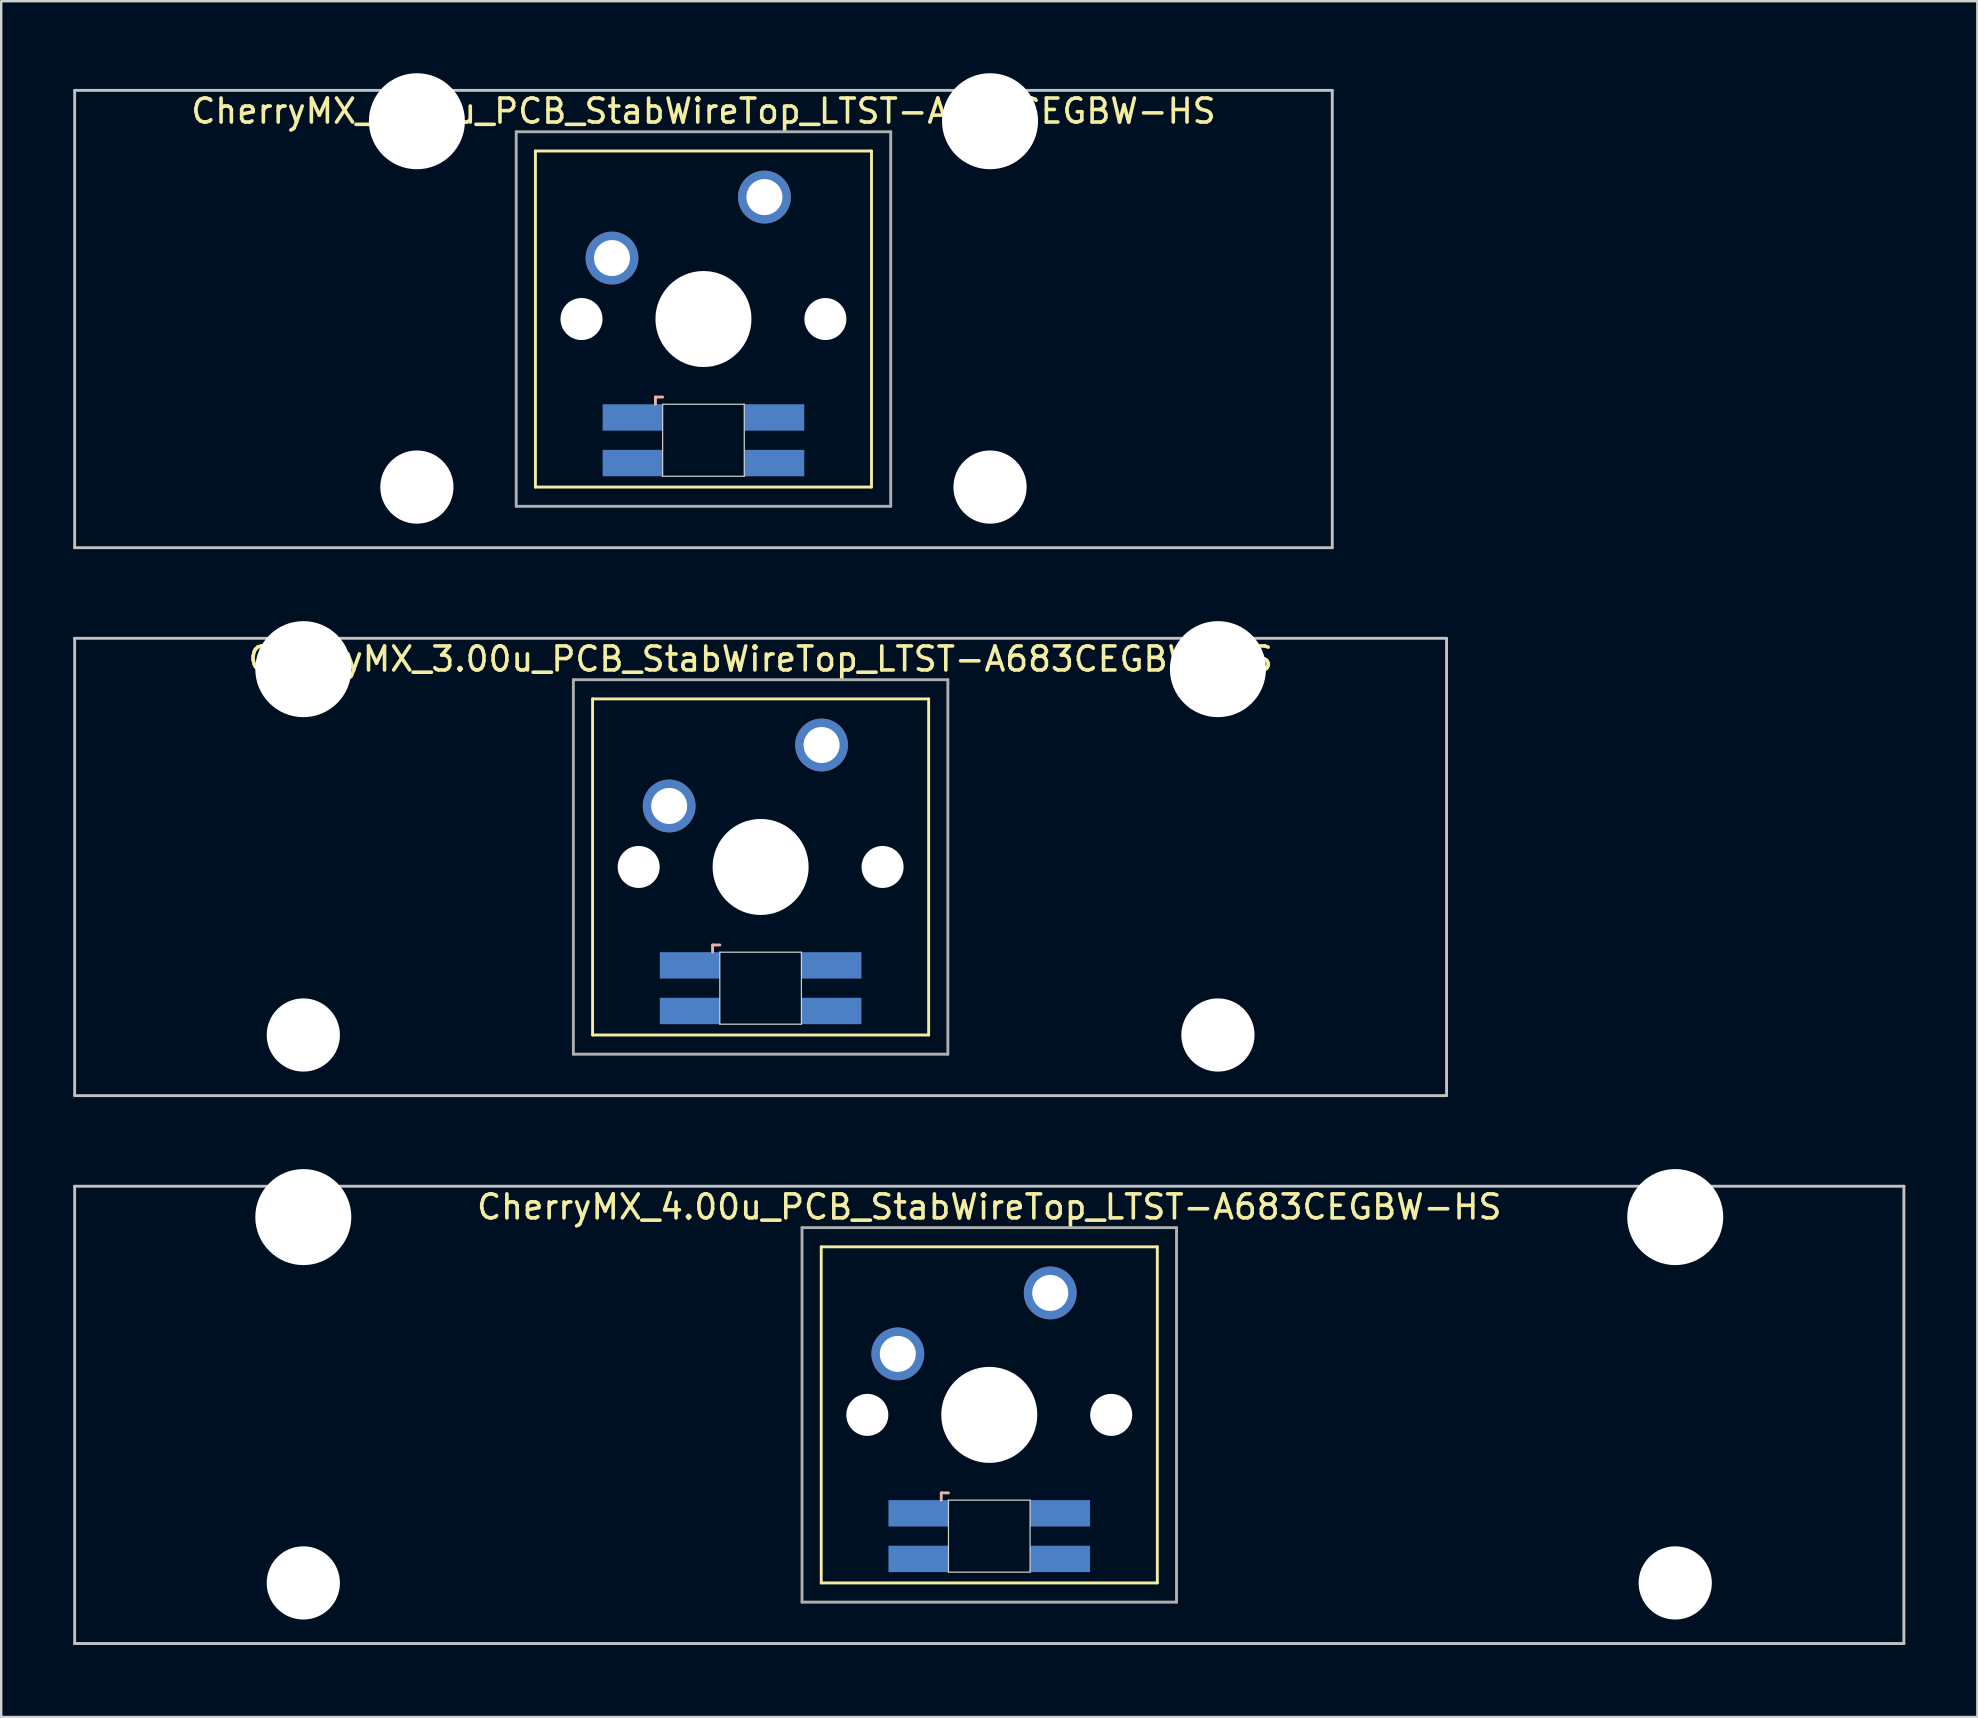
<source format=kicad_pcb>
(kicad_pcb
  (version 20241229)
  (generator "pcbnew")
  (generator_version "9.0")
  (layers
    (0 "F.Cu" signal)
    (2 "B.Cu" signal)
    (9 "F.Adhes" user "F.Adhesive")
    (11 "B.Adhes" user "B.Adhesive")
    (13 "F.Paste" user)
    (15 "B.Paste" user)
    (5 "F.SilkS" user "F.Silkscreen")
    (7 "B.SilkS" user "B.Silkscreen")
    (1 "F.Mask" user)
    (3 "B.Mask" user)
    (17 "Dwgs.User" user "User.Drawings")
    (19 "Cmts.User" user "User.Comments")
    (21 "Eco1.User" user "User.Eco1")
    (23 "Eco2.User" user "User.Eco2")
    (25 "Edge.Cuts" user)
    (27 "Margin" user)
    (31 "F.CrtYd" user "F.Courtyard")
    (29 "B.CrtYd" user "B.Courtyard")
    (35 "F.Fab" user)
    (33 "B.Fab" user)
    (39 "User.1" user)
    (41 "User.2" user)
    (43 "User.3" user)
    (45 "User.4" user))
  (footprint "CherryMX_4.00u_PCB_StabWireTop_LTST-A683CEGBW-HS"
    (layer "F.Cu")
    (at 38.16 55.89)
    (property "Reference" "CherryMX_4.00u_PCB_StabWireTop_LTST-A683CEGBW-HS" (at 0 -8.662 0) (layer "F.SilkS") (effects (font (size 1 1) (thickness 0.15))))
    (attr through_hole)
    (fp_line (start -7 -7) (end -7 7) (stroke (width 0.12) (type solid)) (layer "F.SilkS"))
    (fp_line (start -7 -7) (end 7 -7) (stroke (width 0.12) (type solid)) (layer "F.SilkS"))
    (fp_line (start 7 -7) (end 7 7) (stroke (width 0.12) (type solid)) (layer "F.SilkS"))
    (fp_line (start 7 7) (end -7 7) (stroke (width 0.12) (type solid)) (layer "F.SilkS"))
    (fp_line (start -2 3.25) (end -2 3.55) (stroke (width 0.12) (type solid)) (layer "B.SilkS"))
    (fp_line (start -1.7 3.25) (end -2 3.25) (stroke (width 0.12) (type solid)) (layer "B.SilkS"))
    (fp_line (start -38.1 -9.525) (end 38.1 -9.525) (stroke (width 0.12) (type solid)) (layer "Dwgs.User"))
    (fp_line (start -38.1 9.525) (end -38.1 -9.525) (stroke (width 0.12) (type solid)) (layer "Dwgs.User"))
    (fp_line (start 38.1 -9.525) (end 38.1 9.525) (stroke (width 0.12) (type solid)) (layer "Dwgs.User"))
    (fp_line (start 38.1 9.525) (end -38.1 9.525) (stroke (width 0.12) (type solid)) (layer "Dwgs.User"))
    (fp_line (start -1.7 3.55) (end 1.7 3.55) (stroke (width 0.05) (type solid)) (layer "Edge.Cuts"))
    (fp_line (start -1.7 6.55) (end -1.7 3.55) (stroke (width 0.05) (type solid)) (layer "Edge.Cuts"))
    (fp_line (start 1.7 3.55) (end 1.7 6.55) (stroke (width 0.05) (type solid)) (layer "Edge.Cuts"))
    (fp_line (start 1.7 6.55) (end -1.7 6.55) (stroke (width 0.05) (type solid)) (layer "Edge.Cuts"))
    (fp_line (start -7.8 -7.8) (end -7.8 7.8) (stroke (width 0.12) (type solid)) (layer "F.Fab"))
    (fp_line (start -7.8 -7.8) (end 7.8 -7.8) (stroke (width 0.12) (type solid)) (layer "F.Fab"))
    (fp_line (start -7.8 7.8) (end 7.8 7.8) (stroke (width 0.12) (type solid)) (layer "F.Fab"))
    (fp_line (start 7.8 -7.8) (end 7.8 7.8) (stroke (width 0.12) (type solid)) (layer "F.Fab"))
    (pad "" np_thru_hole circle (at -28.575 -8.24) (size 4 4) (drill 4) (layers "*.Cu" "*.Mask"))
    (pad "" np_thru_hole circle (at -28.575 7) (size 3.05 3.05) (drill 3.05) (layers "*.Cu" "*.Mask"))
    (pad "" np_thru_hole circle (at -5.08 0) (size 1.75 1.75) (drill 1.75) (layers "*.Cu" "*.Mask"))
    (pad "" np_thru_hole circle (at 0 0) (size 4 4) (drill 4) (layers "*.Cu" "*.Mask"))
    (pad "" np_thru_hole circle (at 5.08 0) (size 1.75 1.75) (drill 1.75) (layers "*.Cu" "*.Mask"))
    (pad "" np_thru_hole circle (at 28.575 -8.24) (size 4 4) (drill 4) (layers "*.Cu" "*.Mask"))
    (pad "" np_thru_hole circle (at 28.575 7) (size 3.05 3.05) (drill 3.05) (layers "*.Cu" "*.Mask"))
    (pad "1" thru_hole circle (at -3.81 -2.54) (size 2.2 2.2) (drill 1.5) (layers "*.Cu" "*.Mask"))
    (pad "2" thru_hole circle (at 2.54 -5.08) (size 2.2 2.2) (drill 1.5) (layers "*.Cu" "*.Mask"))
    (pad "3" smd rect (at -2.95 4.1) (size 2.5 1.1) (layers "B.Cu" "B.Mask" "B.Paste"))
    (pad "4" smd rect (at -2.95 6) (size 2.5 1.1) (layers "B.Cu" "B.Mask" "B.Paste"))
    (pad "5" smd rect (at 2.95 4.1) (size 2.5 1.1) (layers "B.Cu" "B.Mask" "B.Paste"))
    (pad "6" smd rect (at 2.95 6) (size 2.5 1.1) (layers "B.Cu" "B.Mask" "B.Paste")))
  (footprint "CherryMX_3.00u_PCB_StabWireTop_LTST-A683CEGBW-HS"
    (layer "F.Cu")
    (at 28.635 33.065)
    (property "Reference" "CherryMX_3.00u_PCB_StabWireTop_LTST-A683CEGBW-HS" (at 0 -8.662 0) (layer "F.SilkS") (effects (font (size 1 1) (thickness 0.15))))
    (attr through_hole)
    (fp_line (start -7 -7) (end -7 7) (stroke (width 0.12) (type solid)) (layer "F.SilkS"))
    (fp_line (start -7 -7) (end 7 -7) (stroke (width 0.12) (type solid)) (layer "F.SilkS"))
    (fp_line (start 7 -7) (end 7 7) (stroke (width 0.12) (type solid)) (layer "F.SilkS"))
    (fp_line (start 7 7) (end -7 7) (stroke (width 0.12) (type solid)) (layer "F.SilkS"))
    (fp_line (start -2 3.25) (end -2 3.55) (stroke (width 0.12) (type solid)) (layer "B.SilkS"))
    (fp_line (start -1.7 3.25) (end -2 3.25) (stroke (width 0.12) (type solid)) (layer "B.SilkS"))
    (fp_line (start -28.575 -9.525) (end 28.575 -9.525) (stroke (width 0.12) (type solid)) (layer "Dwgs.User"))
    (fp_line (start -28.575 9.525) (end -28.575 -9.525) (stroke (width 0.12) (type solid)) (layer "Dwgs.User"))
    (fp_line (start 28.575 -9.525) (end 28.575 9.525) (stroke (width 0.12) (type solid)) (layer "Dwgs.User"))
    (fp_line (start 28.575 9.525) (end -28.575 9.525) (stroke (width 0.12) (type solid)) (layer "Dwgs.User"))
    (fp_line (start -1.7 3.55) (end 1.7 3.55) (stroke (width 0.05) (type solid)) (layer "Edge.Cuts"))
    (fp_line (start -1.7 6.55) (end -1.7 3.55) (stroke (width 0.05) (type solid)) (layer "Edge.Cuts"))
    (fp_line (start 1.7 3.55) (end 1.7 6.55) (stroke (width 0.05) (type solid)) (layer "Edge.Cuts"))
    (fp_line (start 1.7 6.55) (end -1.7 6.55) (stroke (width 0.05) (type solid)) (layer "Edge.Cuts"))
    (fp_line (start -7.8 -7.8) (end -7.8 7.8) (stroke (width 0.12) (type solid)) (layer "F.Fab"))
    (fp_line (start -7.8 -7.8) (end 7.8 -7.8) (stroke (width 0.12) (type solid)) (layer "F.Fab"))
    (fp_line (start -7.8 7.8) (end 7.8 7.8) (stroke (width 0.12) (type solid)) (layer "F.Fab"))
    (fp_line (start 7.8 -7.8) (end 7.8 7.8) (stroke (width 0.12) (type solid)) (layer "F.Fab"))
    (pad "" np_thru_hole circle (at -19.05 -8.24) (size 4 4) (drill 4) (layers "*.Cu" "*.Mask"))
    (pad "" np_thru_hole circle (at -19.05 7) (size 3.05 3.05) (drill 3.05) (layers "*.Cu" "*.Mask"))
    (pad "" np_thru_hole circle (at -5.08 0) (size 1.75 1.75) (drill 1.75) (layers "*.Cu" "*.Mask"))
    (pad "" np_thru_hole circle (at 0 0) (size 4 4) (drill 4) (layers "*.Cu" "*.Mask"))
    (pad "" np_thru_hole circle (at 5.08 0) (size 1.75 1.75) (drill 1.75) (layers "*.Cu" "*.Mask"))
    (pad "" np_thru_hole circle (at 19.05 -8.24) (size 4 4) (drill 4) (layers "*.Cu" "*.Mask"))
    (pad "" np_thru_hole circle (at 19.05 7) (size 3.05 3.05) (drill 3.05) (layers "*.Cu" "*.Mask"))
    (pad "1" thru_hole circle (at -3.81 -2.54) (size 2.2 2.2) (drill 1.5) (layers "*.Cu" "*.Mask"))
    (pad "2" thru_hole circle (at 2.54 -5.08) (size 2.2 2.2) (drill 1.5) (layers "*.Cu" "*.Mask"))
    (pad "3" smd rect (at -2.95 4.1) (size 2.5 1.1) (layers "B.Cu" "B.Mask" "B.Paste"))
    (pad "4" smd rect (at -2.95 6) (size 2.5 1.1) (layers "B.Cu" "B.Mask" "B.Paste"))
    (pad "5" smd rect (at 2.95 4.1) (size 2.5 1.1) (layers "B.Cu" "B.Mask" "B.Paste"))
    (pad "6" smd rect (at 2.95 6) (size 2.5 1.1) (layers "B.Cu" "B.Mask" "B.Paste")))
  (footprint "CherryMX_2.75u_PCB_StabWireTop_LTST-A683CEGBW-HS"
    (layer "F.Cu")
    (at 26.254 10.24)
    (property "Reference" "CherryMX_2.75u_PCB_StabWireTop_LTST-A683CEGBW-HS" (at 0 -8.662 0) (layer "F.SilkS") (effects (font (size 1 1) (thickness 0.15))))
    (attr through_hole)
    (fp_line (start -7 -7) (end -7 7) (stroke (width 0.12) (type solid)) (layer "F.SilkS"))
    (fp_line (start -7 -7) (end 7 -7) (stroke (width 0.12) (type solid)) (layer "F.SilkS"))
    (fp_line (start 7 -7) (end 7 7) (stroke (width 0.12) (type solid)) (layer "F.SilkS"))
    (fp_line (start 7 7) (end -7 7) (stroke (width 0.12) (type solid)) (layer "F.SilkS"))
    (fp_line (start -2 3.25) (end -2 3.55) (stroke (width 0.12) (type solid)) (layer "B.SilkS"))
    (fp_line (start -1.7 3.25) (end -2 3.25) (stroke (width 0.12) (type solid)) (layer "B.SilkS"))
    (fp_line (start -26.194 -9.525) (end 26.194 -9.525) (stroke (width 0.12) (type solid)) (layer "Dwgs.User"))
    (fp_line (start -26.194 9.525) (end -26.194 -9.525) (stroke (width 0.12) (type solid)) (layer "Dwgs.User"))
    (fp_line (start 26.194 -9.525) (end 26.194 9.525) (stroke (width 0.12) (type solid)) (layer "Dwgs.User"))
    (fp_line (start 26.194 9.525) (end -26.194 9.525) (stroke (width 0.12) (type solid)) (layer "Dwgs.User"))
    (fp_line (start -1.7 3.55) (end 1.7 3.55) (stroke (width 0.05) (type solid)) (layer "Edge.Cuts"))
    (fp_line (start -1.7 6.55) (end -1.7 3.55) (stroke (width 0.05) (type solid)) (layer "Edge.Cuts"))
    (fp_line (start 1.7 3.55) (end 1.7 6.55) (stroke (width 0.05) (type solid)) (layer "Edge.Cuts"))
    (fp_line (start 1.7 6.55) (end -1.7 6.55) (stroke (width 0.05) (type solid)) (layer "Edge.Cuts"))
    (fp_line (start -7.8 -7.8) (end -7.8 7.8) (stroke (width 0.12) (type solid)) (layer "F.Fab"))
    (fp_line (start -7.8 -7.8) (end 7.8 -7.8) (stroke (width 0.12) (type solid)) (layer "F.Fab"))
    (fp_line (start -7.8 7.8) (end 7.8 7.8) (stroke (width 0.12) (type solid)) (layer "F.Fab"))
    (fp_line (start 7.8 -7.8) (end 7.8 7.8) (stroke (width 0.12) (type solid)) (layer "F.Fab"))
    (pad "" np_thru_hole circle (at -11.938 -8.24) (size 4 4) (drill 4) (layers "*.Cu" "*.Mask"))
    (pad "" np_thru_hole circle (at -11.938 7) (size 3.05 3.05) (drill 3.05) (layers "*.Cu" "*.Mask"))
    (pad "" np_thru_hole circle (at -5.08 0) (size 1.75 1.75) (drill 1.75) (layers "*.Cu" "*.Mask"))
    (pad "" np_thru_hole circle (at 0 0) (size 4 4) (drill 4) (layers "*.Cu" "*.Mask"))
    (pad "" np_thru_hole circle (at 5.08 0) (size 1.75 1.75) (drill 1.75) (layers "*.Cu" "*.Mask"))
    (pad "" np_thru_hole circle (at 11.938 -8.24) (size 4 4) (drill 4) (layers "*.Cu" "*.Mask"))
    (pad "" np_thru_hole circle (at 11.938 7) (size 3.05 3.05) (drill 3.05) (layers "*.Cu" "*.Mask"))
    (pad "1" thru_hole circle (at -3.81 -2.54) (size 2.2 2.2) (drill 1.5) (layers "*.Cu" "*.Mask"))
    (pad "2" thru_hole circle (at 2.54 -5.08) (size 2.2 2.2) (drill 1.5) (layers "*.Cu" "*.Mask"))
    (pad "3" smd rect (at -2.95 4.1) (size 2.5 1.1) (layers "B.Cu" "B.Mask" "B.Paste"))
    (pad "4" smd rect (at -2.95 6) (size 2.5 1.1) (layers "B.Cu" "B.Mask" "B.Paste"))
    (pad "5" smd rect (at 2.95 4.1) (size 2.5 1.1) (layers "B.Cu" "B.Mask" "B.Paste"))
    (pad "6" smd rect (at 2.95 6) (size 2.5 1.1) (layers "B.Cu" "B.Mask" "B.Paste")))
  (gr_rect
    (start -3 -3)
    (end 79.32 68.475)
    (stroke (width 0.1) (type default))
    (fill no)
    (layer "Edge.Cuts")))
</source>
